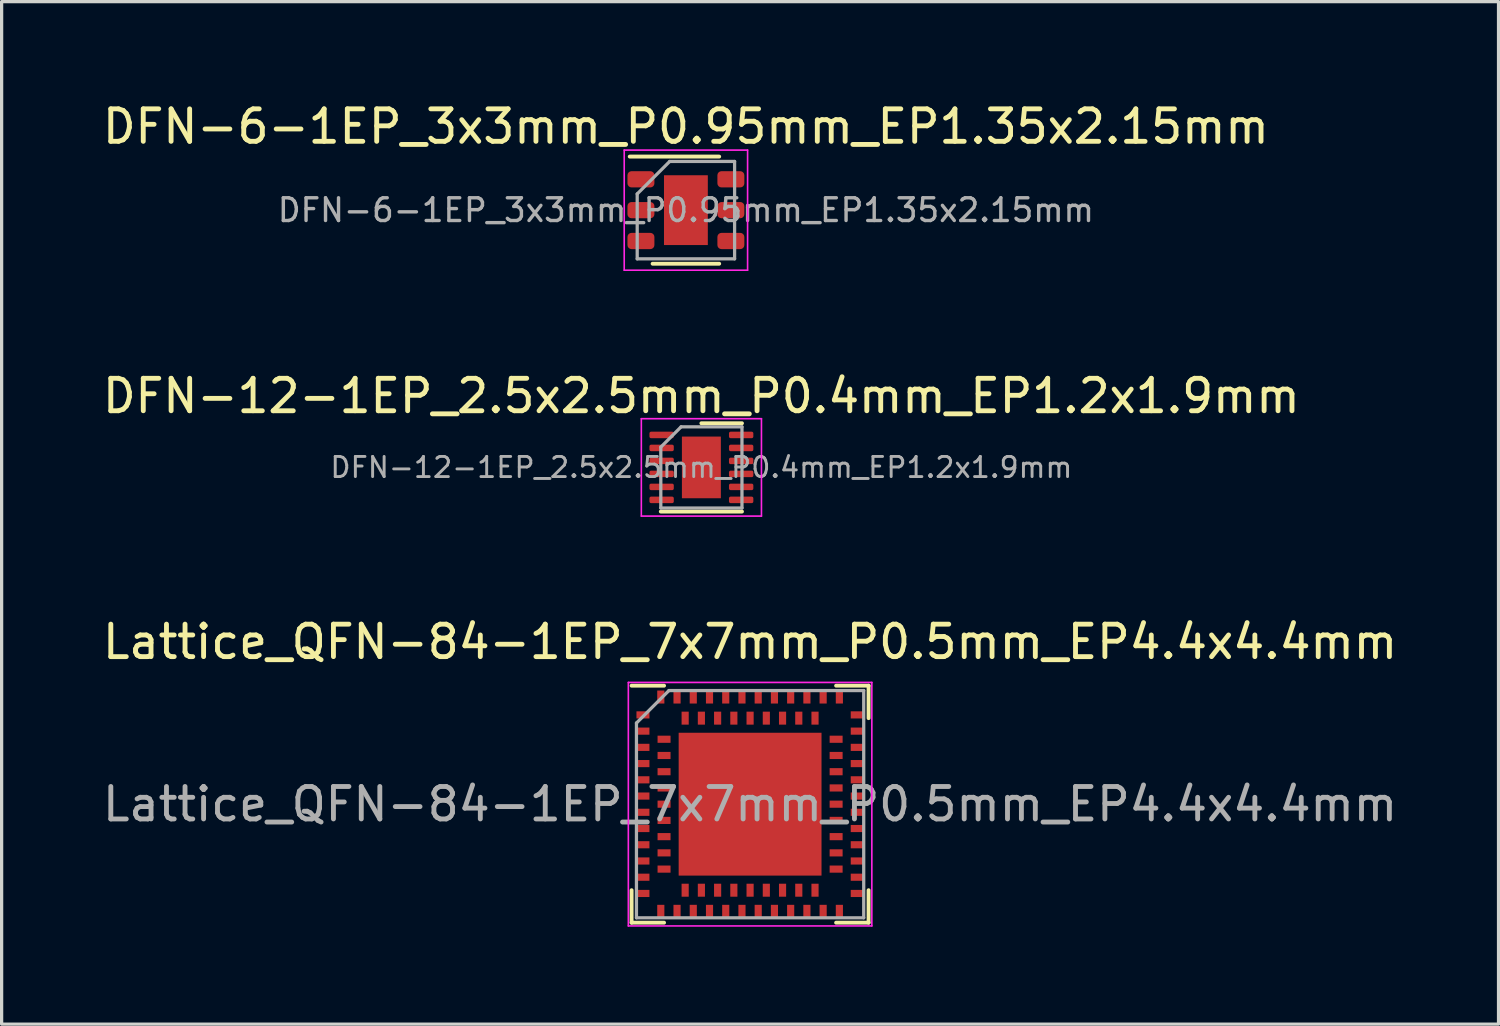
<source format=kicad_pcb>
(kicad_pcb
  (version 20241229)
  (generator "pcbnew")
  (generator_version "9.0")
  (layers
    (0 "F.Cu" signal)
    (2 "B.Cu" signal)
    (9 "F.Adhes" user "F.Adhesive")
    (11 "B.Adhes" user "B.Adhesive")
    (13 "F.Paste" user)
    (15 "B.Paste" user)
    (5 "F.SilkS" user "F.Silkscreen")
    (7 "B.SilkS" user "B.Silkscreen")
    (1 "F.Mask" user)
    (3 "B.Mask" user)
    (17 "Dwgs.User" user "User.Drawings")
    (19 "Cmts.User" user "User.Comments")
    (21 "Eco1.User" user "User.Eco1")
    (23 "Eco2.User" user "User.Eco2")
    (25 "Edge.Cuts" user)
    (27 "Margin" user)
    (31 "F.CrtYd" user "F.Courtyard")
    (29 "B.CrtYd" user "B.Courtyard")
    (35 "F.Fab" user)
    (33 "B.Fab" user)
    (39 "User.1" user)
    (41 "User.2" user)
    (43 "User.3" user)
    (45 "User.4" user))
  (footprint "DFN-6-1EP_3x3mm_P0.95mm_EP1.35x2.15mm"
    (layer "F.Cu")
    (at 18.077 3.423)
    (property "Reference" "DFN-6-1EP_3x3mm_P0.95mm_EP1.35x2.15mm" (at 0 -2.575 0) (layer "F.SilkS") (effects (font (size 1 1) (thickness 0.15))))
    (attr smd)
    (fp_line (start -1.73 -1.65) (end 1.025 -1.65) (stroke (width 0.12) (type solid)) (layer "F.SilkS"))
    (fp_line (start -1.025 1.65) (end 1.025 1.65) (stroke (width 0.12) (type solid)) (layer "F.SilkS"))
    (fp_line (start -1.9 -1.85) (end -1.9 1.85) (stroke (width 0.05) (type solid)) (layer "F.CrtYd"))
    (fp_line (start -1.9 -1.85) (end 1.9 -1.85) (stroke (width 0.05) (type solid)) (layer "F.CrtYd"))
    (fp_line (start -1.9 1.85) (end 1.9 1.85) (stroke (width 0.05) (type solid)) (layer "F.CrtYd"))
    (fp_line (start 1.9 -1.85) (end 1.9 1.85) (stroke (width 0.05) (type solid)) (layer "F.CrtYd"))
    (fp_line (start -1.5 -0.5) (end -0.5 -1.5) (stroke (width 0.1) (type solid)) (layer "F.Fab"))
    (fp_line (start -1.5 1.5) (end -1.5 -0.5) (stroke (width 0.1) (type solid)) (layer "F.Fab"))
    (fp_line (start -0.5 -1.5) (end 1.5 -1.5) (stroke (width 0.1) (type solid)) (layer "F.Fab"))
    (fp_line (start 1.5 -1.5) (end 1.5 1.5) (stroke (width 0.1) (type solid)) (layer "F.Fab"))
    (fp_line (start 1.5 1.5) (end -1.5 1.5) (stroke (width 0.1) (type solid)) (layer "F.Fab"))
    (fp_text user "${REFERENCE}" (at 0 0 0) (layer "F.Fab") (effects (font (size 0.7 0.7) (thickness 0.105))))
    (pad "" smd rect (at 0 -0.5) (size 0.9 0.7) (layers "F.Paste"))
    (pad "" smd rect (at 0 0.5) (size 0.9 0.7) (layers "F.Paste"))
    (pad "1" smd roundrect (at -1.385 -0.95) (size 0.83 0.5) (layers "F.Cu" "F.Mask" "F.Paste") (roundrect_rratio 0.25))
    (pad "2" smd roundrect (at -1.385 0) (size 0.83 0.5) (layers "F.Cu" "F.Mask" "F.Paste") (roundrect_rratio 0.25))
    (pad "3" smd roundrect (at -1.385 0.95) (size 0.83 0.5) (layers "F.Cu" "F.Mask" "F.Paste") (roundrect_rratio 0.25))
    (pad "4" smd roundrect (at 1.385 0.95) (size 0.83 0.5) (layers "F.Cu" "F.Mask" "F.Paste") (roundrect_rratio 0.25))
    (pad "5" smd roundrect (at 1.385 0) (size 0.83 0.5) (layers "F.Cu" "F.Mask" "F.Paste") (roundrect_rratio 0.25))
    (pad "6" smd roundrect (at 1.385 -0.95) (size 0.83 0.5) (layers "F.Cu" "F.Mask" "F.Paste") (roundrect_rratio 0.25))
    (pad "7" smd rect (at 0 0) (size 1.35 2.15) (layers "F.Cu" "F.Mask")))
  (footprint "DFN-12-1EP_2.5x2.5mm_P0.4mm_EP1.2x1.9mm"
    (layer "F.Cu")
    (at 18.554 11.347)
    (property "Reference" "DFN-12-1EP_2.5x2.5mm_P0.4mm_EP1.2x1.9mm" (at 0 -2.2 0) (layer "F.SilkS") (effects (font (size 1 1) (thickness 0.15))))
    (attr smd)
    (fp_line (start -1.25 1.36) (end 1.25 1.36) (stroke (width 0.12) (type solid)) (layer "F.SilkS"))
    (fp_line (start 0 -1.36) (end 1.25 -1.36) (stroke (width 0.12) (type solid)) (layer "F.SilkS"))
    (fp_line (start -1.85 -1.5) (end -1.85 1.5) (stroke (width 0.05) (type solid)) (layer "F.CrtYd"))
    (fp_line (start -1.85 1.5) (end 1.85 1.5) (stroke (width 0.05) (type solid)) (layer "F.CrtYd"))
    (fp_line (start 1.85 -1.5) (end -1.85 -1.5) (stroke (width 0.05) (type solid)) (layer "F.CrtYd"))
    (fp_line (start 1.85 1.5) (end 1.85 -1.5) (stroke (width 0.05) (type solid)) (layer "F.CrtYd"))
    (fp_line (start -1.25 -0.625) (end -0.625 -1.25) (stroke (width 0.1) (type solid)) (layer "F.Fab"))
    (fp_line (start -1.25 1.25) (end -1.25 -0.625) (stroke (width 0.1) (type solid)) (layer "F.Fab"))
    (fp_line (start -0.625 -1.25) (end 1.25 -1.25) (stroke (width 0.1) (type solid)) (layer "F.Fab"))
    (fp_line (start 1.25 -1.25) (end 1.25 1.25) (stroke (width 0.1) (type solid)) (layer "F.Fab"))
    (fp_line (start 1.25 1.25) (end -1.25 1.25) (stroke (width 0.1) (type solid)) (layer "F.Fab"))
    (fp_text user "${REFERENCE}" (at 0 0 0) (layer "F.Fab") (effects (font (size 0.62 0.62) (thickness 0.09))))
    (pad "" smd roundrect (at -0.3 -0.475) (size 0.48 0.77) (layers "F.Paste") (roundrect_rratio 0.25))
    (pad "" smd roundrect (at -0.3 0.475) (size 0.48 0.77) (layers "F.Paste") (roundrect_rratio 0.25))
    (pad "" smd roundrect (at 0.3 -0.475) (size 0.48 0.77) (layers "F.Paste") (roundrect_rratio 0.25))
    (pad "" smd roundrect (at 0.3 0.475) (size 0.48 0.77) (layers "F.Paste") (roundrect_rratio 0.25))
    (pad "1" smd roundrect (at -1.225 -1) (size 0.75 0.2) (layers "F.Cu" "F.Mask" "F.Paste") (roundrect_rratio 0.25))
    (pad "2" smd roundrect (at -1.225 -0.6) (size 0.75 0.2) (layers "F.Cu" "F.Mask" "F.Paste") (roundrect_rratio 0.25))
    (pad "3" smd roundrect (at -1.225 -0.2) (size 0.75 0.2) (layers "F.Cu" "F.Mask" "F.Paste") (roundrect_rratio 0.25))
    (pad "4" smd roundrect (at -1.225 0.2) (size 0.75 0.2) (layers "F.Cu" "F.Mask" "F.Paste") (roundrect_rratio 0.25))
    (pad "5" smd roundrect (at -1.225 0.6) (size 0.75 0.2) (layers "F.Cu" "F.Mask" "F.Paste") (roundrect_rratio 0.25))
    (pad "6" smd roundrect (at -1.225 1) (size 0.75 0.2) (layers "F.Cu" "F.Mask" "F.Paste") (roundrect_rratio 0.25))
    (pad "7" smd roundrect (at 1.225 1) (size 0.75 0.2) (layers "F.Cu" "F.Mask" "F.Paste") (roundrect_rratio 0.25))
    (pad "8" smd roundrect (at 1.225 0.6) (size 0.75 0.2) (layers "F.Cu" "F.Mask" "F.Paste") (roundrect_rratio 0.25))
    (pad "9" smd roundrect (at 1.225 0.2) (size 0.75 0.2) (layers "F.Cu" "F.Mask" "F.Paste") (roundrect_rratio 0.25))
    (pad "10" smd roundrect (at 1.225 -0.2) (size 0.75 0.2) (layers "F.Cu" "F.Mask" "F.Paste") (roundrect_rratio 0.25))
    (pad "11" smd roundrect (at 1.225 -0.6) (size 0.75 0.2) (layers "F.Cu" "F.Mask" "F.Paste") (roundrect_rratio 0.25))
    (pad "12" smd roundrect (at 1.225 -1) (size 0.75 0.2) (layers "F.Cu" "F.Mask" "F.Paste") (roundrect_rratio 0.25))
    (pad "13" smd rect (at 0 0) (size 1.2 1.9) (layers "F.Cu" "F.Mask")))
  (footprint "Lattice_QFN-84-1EP_7x7mm_P0.5mm_EP4.4x4.4mm"
    (layer "F.Cu")
    (at 20.054 21.72)
    (property "Reference" "Lattice_QFN-84-1EP_7x7mm_P0.5mm_EP4.4x4.4mm" (at 0 -5 0) (layer "F.SilkS") (effects (font (size 1 1) (thickness 0.15))))
    (attr smd)
    (fp_line (start -3.65 -3.65) (end -2.65 -3.65) (stroke (width 0.12) (type solid)) (layer "F.SilkS"))
    (fp_line (start -3.65 2.65) (end -3.65 3.65) (stroke (width 0.12) (type solid)) (layer "F.SilkS"))
    (fp_line (start -3.65 3.65) (end -2.65 3.65) (stroke (width 0.12) (type solid)) (layer "F.SilkS"))
    (fp_line (start 3.65 -3.65) (end 2.65 -3.65) (stroke (width 0.12) (type solid)) (layer "F.SilkS"))
    (fp_line (start 3.65 -2.65) (end 3.65 -3.65) (stroke (width 0.12) (type solid)) (layer "F.SilkS"))
    (fp_line (start 3.65 2.65) (end 3.65 3.65) (stroke (width 0.12) (type solid)) (layer "F.SilkS"))
    (fp_line (start 3.65 3.65) (end 2.65 3.65) (stroke (width 0.12) (type solid)) (layer "F.SilkS"))
    (fp_line (start -3.75 -3.75) (end -3.75 3.75) (stroke (width 0.05) (type solid)) (layer "F.CrtYd"))
    (fp_line (start -3.75 3.75) (end 3.75 3.75) (stroke (width 0.05) (type solid)) (layer "F.CrtYd"))
    (fp_line (start 3.75 -3.75) (end -3.75 -3.75) (stroke (width 0.05) (type solid)) (layer "F.CrtYd"))
    (fp_line (start 3.75 -3.75) (end 3.75 3.75) (stroke (width 0.05) (type solid)) (layer "F.CrtYd"))
    (fp_line (start -3.5 -2.5) (end -3.5 3.5) (stroke (width 0.1) (type solid)) (layer "F.Fab"))
    (fp_line (start -3.5 3.5) (end 3.5 3.5) (stroke (width 0.1) (type solid)) (layer "F.Fab"))
    (fp_line (start -2.5 -3.5) (end -3.5 -2.5) (stroke (width 0.1) (type solid)) (layer "F.Fab"))
    (fp_line (start 3.5 -3.5) (end -2.5 -3.5) (stroke (width 0.1) (type solid)) (layer "F.Fab"))
    (fp_line (start 3.5 3.5) (end 3.5 -3.5) (stroke (width 0.1) (type solid)) (layer "F.Fab"))
    (fp_text user "${REFERENCE}" (at 0 0 0) (layer "F.Fab") (effects (font (size 1 1) (thickness 0.15))))
    (pad "" smd roundrect (at -1.5 -1.5) (size 1.3 1.3) (layers "F.Paste") (roundrect_rratio 0.25))
    (pad "" smd roundrect (at -1.5 0) (size 1.3 1.3) (layers "F.Paste") (roundrect_rratio 0.25))
    (pad "" smd roundrect (at -1.5 1.5) (size 1.3 1.3) (layers "F.Paste") (roundrect_rratio 0.25))
    (pad "" smd roundrect (at 0 -1.5) (size 1.3 1.3) (layers "F.Paste") (roundrect_rratio 0.25))
    (pad "" smd roundrect (at 0 0) (size 1.3 1.3) (layers "F.Paste") (roundrect_rratio 0.25))
    (pad "" smd roundrect (at 0 1.5) (size 1.3 1.3) (layers "F.Paste") (roundrect_rratio 0.25))
    (pad "" smd roundrect (at 1.5 -1.5) (size 1.3 1.3) (layers "F.Paste") (roundrect_rratio 0.25))
    (pad "" smd roundrect (at 1.5 0) (size 1.3 1.3) (layers "F.Paste") (roundrect_rratio 0.25))
    (pad "" smd roundrect (at 1.5 1.5) (size 1.3 1.3) (layers "F.Paste") (roundrect_rratio 0.25))
    (pad "A1" smd rect (at -3.3 -2.75) (size 0.4 0.22) (layers "F.Cu" "F.Mask" "F.Paste"))
    (pad "A2" smd rect (at -3.3 -2.25) (size 0.4 0.22) (layers "F.Cu" "F.Mask" "F.Paste"))
    (pad "A3" smd rect (at -3.3 -1.75) (size 0.4 0.22) (layers "F.Cu" "F.Mask" "F.Paste"))
    (pad "A4" smd rect (at -3.3 -1.25) (size 0.4 0.22) (layers "F.Cu" "F.Mask" "F.Paste"))
    (pad "A5" smd rect (at -3.3 -0.75) (size 0.4 0.22) (layers "F.Cu" "F.Mask" "F.Paste"))
    (pad "A6" smd rect (at -3.3 -0.25) (size 0.4 0.22) (layers "F.Cu" "F.Mask" "F.Paste"))
    (pad "A7" smd rect (at -3.3 0.25) (size 0.4 0.22) (layers "F.Cu" "F.Mask" "F.Paste"))
    (pad "A8" smd rect (at -3.3 0.75) (size 0.4 0.22) (layers "F.Cu" "F.Mask" "F.Paste"))
    (pad "A9" smd rect (at -3.3 1.25) (size 0.4 0.22) (layers "F.Cu" "F.Mask" "F.Paste"))
    (pad "A10" smd rect (at -3.3 1.75) (size 0.4 0.22) (layers "F.Cu" "F.Mask" "F.Paste"))
    (pad "A11" smd rect (at -3.3 2.25) (size 0.4 0.22) (layers "F.Cu" "F.Mask" "F.Paste"))
    (pad "A12" smd rect (at -3.3 2.75) (size 0.4 0.22) (layers "F.Cu" "F.Mask" "F.Paste"))
    (pad "A13" smd rect (at -2.75 3.3) (size 0.22 0.4) (layers "F.Cu" "F.Mask" "F.Paste"))
    (pad "A14" smd rect (at -2.25 3.3) (size 0.22 0.4) (layers "F.Cu" "F.Mask" "F.Paste"))
    (pad "A15" smd rect (at -1.75 3.3) (size 0.22 0.4) (layers "F.Cu" "F.Mask" "F.Paste"))
    (pad "A16" smd rect (at -1.25 3.3) (size 0.22 0.4) (layers "F.Cu" "F.Mask" "F.Paste"))
    (pad "A17" smd rect (at -0.75 3.3) (size 0.22 0.4) (layers "F.Cu" "F.Mask" "F.Paste"))
    (pad "A18" smd rect (at -0.25 3.3) (size 0.22 0.4) (layers "F.Cu" "F.Mask" "F.Paste"))
    (pad "A19" smd rect (at 0.25 3.3) (size 0.22 0.4) (layers "F.Cu" "F.Mask" "F.Paste"))
    (pad "A20" smd rect (at 0.75 3.3) (size 0.22 0.4) (layers "F.Cu" "F.Mask" "F.Paste"))
    (pad "A21" smd rect (at 1.25 3.3) (size 0.22 0.4) (layers "F.Cu" "F.Mask" "F.Paste"))
    (pad "A22" smd rect (at 1.75 3.3) (size 0.22 0.4) (layers "F.Cu" "F.Mask" "F.Paste"))
    (pad "A23" smd rect (at 2.25 3.3) (size 0.22 0.4) (layers "F.Cu" "F.Mask" "F.Paste"))
    (pad "A24" smd rect (at 2.75 3.3) (size 0.22 0.4) (layers "F.Cu" "F.Mask" "F.Paste"))
    (pad "A25" smd rect (at 3.3 2.75) (size 0.4 0.22) (layers "F.Cu" "F.Mask" "F.Paste"))
    (pad "A26" smd rect (at 3.3 2.25) (size 0.4 0.22) (layers "F.Cu" "F.Mask" "F.Paste"))
    (pad "A27" smd rect (at 3.3 1.75) (size 0.4 0.22) (layers "F.Cu" "F.Mask" "F.Paste"))
    (pad "A28" smd rect (at 3.3 1.25) (size 0.4 0.22) (layers "F.Cu" "F.Mask" "F.Paste"))
    (pad "A29" smd rect (at 3.3 0.75) (size 0.4 0.22) (layers "F.Cu" "F.Mask" "F.Paste"))
    (pad "A30" smd rect (at 3.3 0.25) (size 0.4 0.22) (layers "F.Cu" "F.Mask" "F.Paste"))
    (pad "A31" smd rect (at 3.3 -0.25) (size 0.4 0.22) (layers "F.Cu" "F.Mask" "F.Paste"))
    (pad "A32" smd rect (at 3.3 -0.75) (size 0.4 0.22) (layers "F.Cu" "F.Mask" "F.Paste"))
    (pad "A33" smd rect (at 3.3 -1.25) (size 0.4 0.22) (layers "F.Cu" "F.Mask" "F.Paste"))
    (pad "A34" smd rect (at 3.3 -1.75) (size 0.4 0.22) (layers "F.Cu" "F.Mask" "F.Paste"))
    (pad "A35" smd rect (at 3.3 -2.25) (size 0.4 0.22) (layers "F.Cu" "F.Mask" "F.Paste"))
    (pad "A36" smd rect (at 3.3 -2.75) (size 0.4 0.22) (layers "F.Cu" "F.Mask" "F.Paste"))
    (pad "A37" smd rect (at 2.75 -3.3) (size 0.22 0.4) (layers "F.Cu" "F.Mask" "F.Paste"))
    (pad "A38" smd rect (at 2.25 -3.3) (size 0.22 0.4) (layers "F.Cu" "F.Mask" "F.Paste"))
    (pad "A39" smd rect (at 1.75 -3.3) (size 0.22 0.4) (layers "F.Cu" "F.Mask" "F.Paste"))
    (pad "A40" smd rect (at 1.25 -3.3) (size 0.22 0.4) (layers "F.Cu" "F.Mask" "F.Paste"))
    (pad "A41" smd rect (at 0.75 -3.3) (size 0.22 0.4) (layers "F.Cu" "F.Mask" "F.Paste"))
    (pad "A42" smd rect (at 0.25 -3.3) (size 0.22 0.4) (layers "F.Cu" "F.Mask" "F.Paste"))
    (pad "A43" smd rect (at -0.25 -3.3) (size 0.22 0.4) (layers "F.Cu" "F.Mask" "F.Paste"))
    (pad "A44" smd rect (at -0.75 -3.3) (size 0.22 0.4) (layers "F.Cu" "F.Mask" "F.Paste"))
    (pad "A45" smd rect (at -1.25 -3.3) (size 0.22 0.4) (layers "F.Cu" "F.Mask" "F.Paste"))
    (pad "A46" smd rect (at -1.75 -3.3) (size 0.22 0.4) (layers "F.Cu" "F.Mask" "F.Paste"))
    (pad "A47" smd rect (at -2.25 -3.3) (size 0.22 0.4) (layers "F.Cu" "F.Mask" "F.Paste"))
    (pad "A48" smd rect (at -2.75 -3.3) (size 0.22 0.4) (layers "F.Cu" "F.Mask" "F.Paste"))
    (pad "A49" smd rect (at 0 0) (size 4.4 4.4) (layers "F.Cu" "F.Mask"))
    (pad "B1" smd rect (at -2.65 -2) (size 0.4 0.22) (layers "F.Cu" "F.Mask" "F.Paste"))
    (pad "B2" smd rect (at -2.65 -1.5) (size 0.4 0.22) (layers "F.Cu" "F.Mask" "F.Paste"))
    (pad "B3" smd rect (at -2.65 -1) (size 0.4 0.22) (layers "F.Cu" "F.Mask" "F.Paste"))
    (pad "B4" smd rect (at -2.65 -0.5) (size 0.4 0.22) (layers "F.Cu" "F.Mask" "F.Paste"))
    (pad "B5" smd rect (at -2.65 0) (size 0.4 0.22) (layers "F.Cu" "F.Mask" "F.Paste"))
    (pad "B6" smd rect (at -2.65 0.5) (size 0.4 0.22) (layers "F.Cu" "F.Mask" "F.Paste"))
    (pad "B7" smd rect (at -2.65 1) (size 0.4 0.22) (layers "F.Cu" "F.Mask" "F.Paste"))
    (pad "B8" smd rect (at -2.65 1.5) (size 0.4 0.22) (layers "F.Cu" "F.Mask" "F.Paste"))
    (pad "B9" smd rect (at -2.65 2) (size 0.4 0.22) (layers "F.Cu" "F.Mask" "F.Paste"))
    (pad "B10" smd rect (at -2 2.65) (size 0.22 0.4) (layers "F.Cu" "F.Mask" "F.Paste"))
    (pad "B11" smd rect (at -1.5 2.65) (size 0.22 0.4) (layers "F.Cu" "F.Mask" "F.Paste"))
    (pad "B12" smd rect (at -1 2.65) (size 0.22 0.4) (layers "F.Cu" "F.Mask" "F.Paste"))
    (pad "B13" smd rect (at -0.5 2.65) (size 0.22 0.4) (layers "F.Cu" "F.Mask" "F.Paste"))
    (pad "B14" smd rect (at 0 2.65) (size 0.22 0.4) (layers "F.Cu" "F.Mask" "F.Paste"))
    (pad "B15" smd rect (at 0.5 2.65) (size 0.22 0.4) (layers "F.Cu" "F.Mask" "F.Paste"))
    (pad "B16" smd rect (at 1 2.65) (size 0.22 0.4) (layers "F.Cu" "F.Mask" "F.Paste"))
    (pad "B17" smd rect (at 1.5 2.65) (size 0.22 0.4) (layers "F.Cu" "F.Mask" "F.Paste"))
    (pad "B18" smd rect (at 2 2.65) (size 0.22 0.4) (layers "F.Cu" "F.Mask" "F.Paste"))
    (pad "B19" smd rect (at 2.65 2) (size 0.4 0.22) (layers "F.Cu" "F.Mask" "F.Paste"))
    (pad "B20" smd rect (at 2.65 1.5) (size 0.4 0.22) (layers "F.Cu" "F.Mask" "F.Paste"))
    (pad "B21" smd rect (at 2.65 1) (size 0.4 0.22) (layers "F.Cu" "F.Mask" "F.Paste"))
    (pad "B22" smd rect (at 2.65 0.5) (size 0.4 0.22) (layers "F.Cu" "F.Mask" "F.Paste"))
    (pad "B23" smd rect (at 2.65 0) (size 0.4 0.22) (layers "F.Cu" "F.Mask" "F.Paste"))
    (pad "B24" smd rect (at 2.65 -0.5) (size 0.4 0.22) (layers "F.Cu" "F.Mask" "F.Paste"))
    (pad "B25" smd rect (at 2.65 -1) (size 0.4 0.22) (layers "F.Cu" "F.Mask" "F.Paste"))
    (pad "B26" smd rect (at 2.65 -1.5) (size 0.4 0.22) (layers "F.Cu" "F.Mask" "F.Paste"))
    (pad "B27" smd rect (at 2.65 -2) (size 0.4 0.22) (layers "F.Cu" "F.Mask" "F.Paste"))
    (pad "B28" smd rect (at 2 -2.65) (size 0.22 0.4) (layers "F.Cu" "F.Mask" "F.Paste"))
    (pad "B29" smd rect (at 1.5 -2.65) (size 0.22 0.4) (layers "F.Cu" "F.Mask" "F.Paste"))
    (pad "B30" smd rect (at 1 -2.65) (size 0.22 0.4) (layers "F.Cu" "F.Mask" "F.Paste"))
    (pad "B31" smd rect (at 0.5 -2.65) (size 0.22 0.4) (layers "F.Cu" "F.Mask" "F.Paste"))
    (pad "B32" smd rect (at 0 -2.65) (size 0.22 0.4) (layers "F.Cu" "F.Mask" "F.Paste"))
    (pad "B33" smd rect (at -0.5 -2.65) (size 0.22 0.4) (layers "F.Cu" "F.Mask" "F.Paste"))
    (pad "B34" smd rect (at -1 -2.65) (size 0.22 0.4) (layers "F.Cu" "F.Mask" "F.Paste"))
    (pad "B35" smd rect (at -1.5 -2.65) (size 0.22 0.4) (layers "F.Cu" "F.Mask" "F.Paste"))
    (pad "B36" smd rect (at -2 -2.65) (size 0.22 0.4) (layers "F.Cu" "F.Mask" "F.Paste")))
  (gr_rect
    (start -3 -3)
    (end 43.107 28.495)
    (stroke (width 0.1) (type default))
    (fill no)
    (layer "Edge.Cuts")))
</source>
